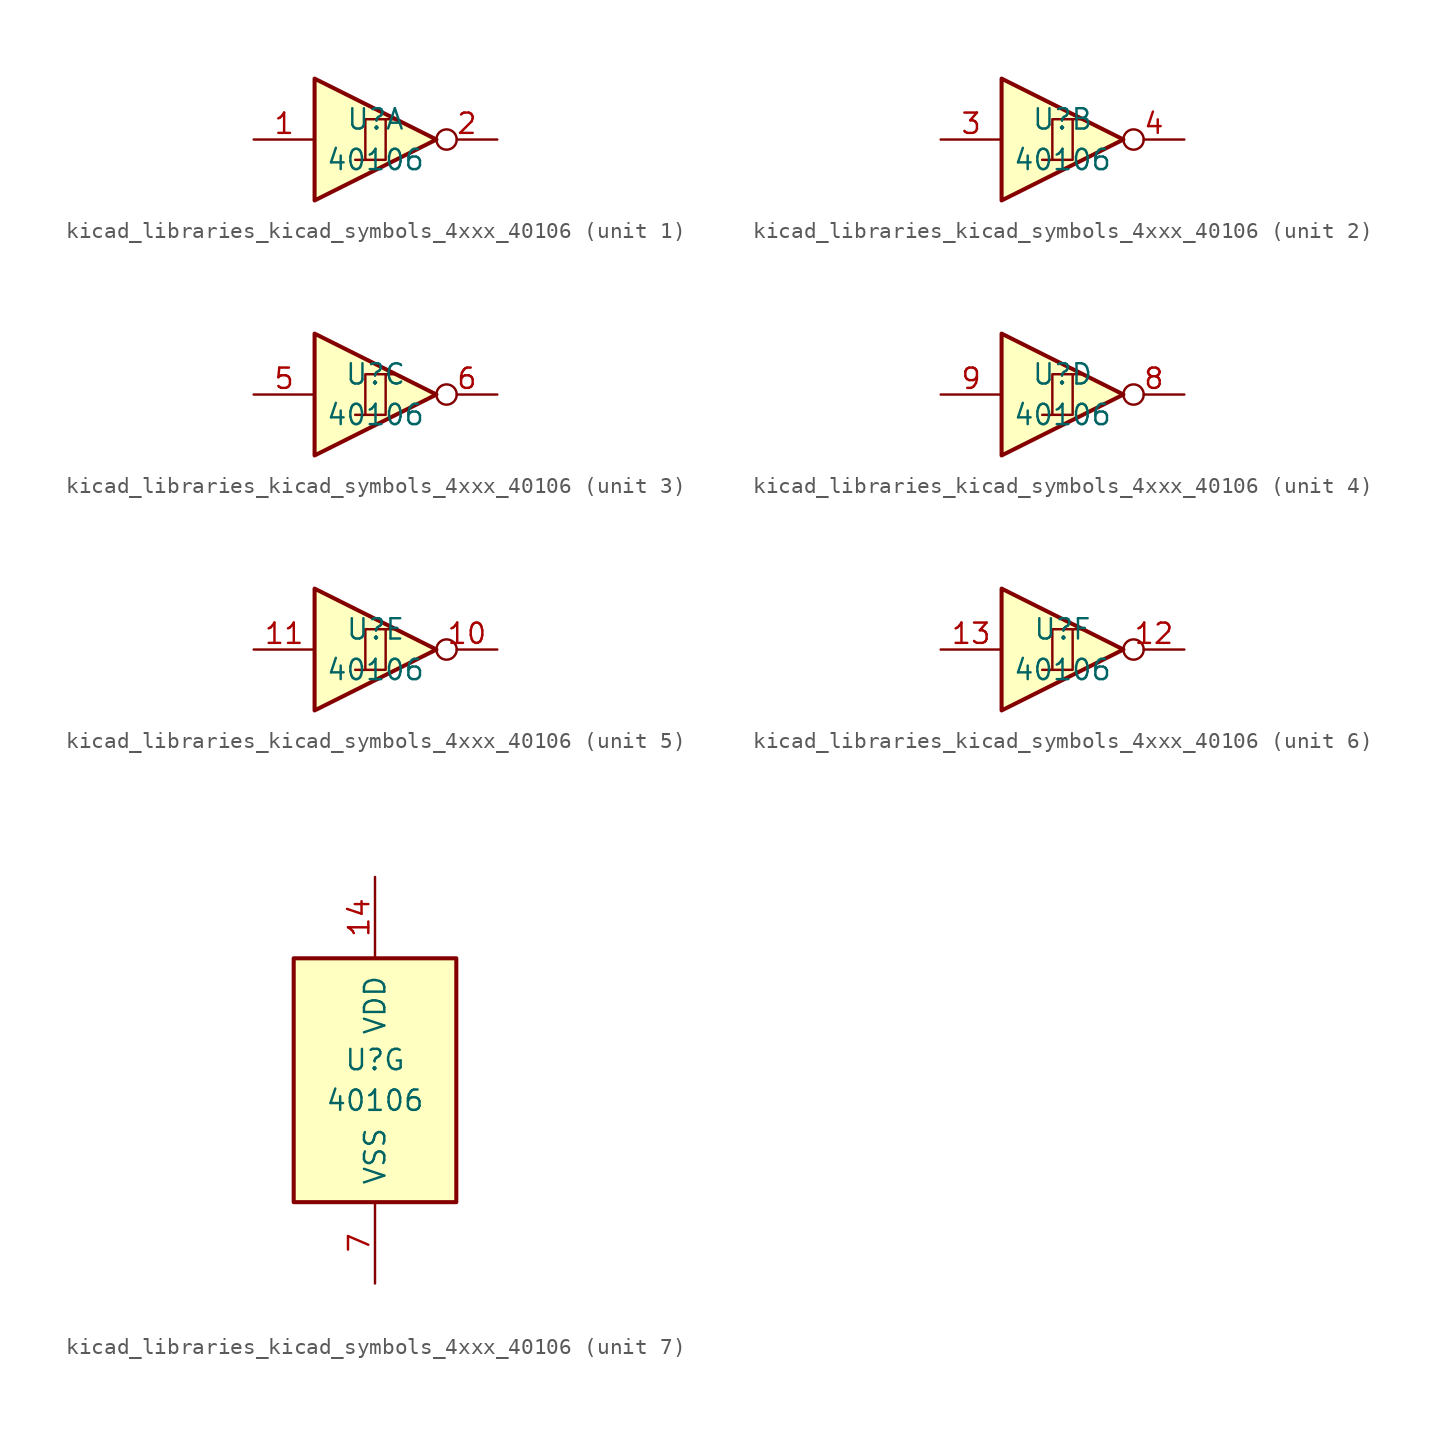
<source format=kicad_sym>
(kicad_symbol_lib
  (version 20220914)
  (generator kicad_symbol_editor)
  (symbol "kicad_libraries_kicad_symbols_4xxx_40106"
    (pin_names
      (offset 1.016))
    (property "Reference" "U"
      (at 0 1.27 0)
      (effects (font (size 1.27 1.27))))
    (property "Value" "40106"
      (at 0 -1.27 0)
      (effects (font (size 1.27 1.27))))
    (property "ki_locked" ""
      (at 0 0 0)
      (effects (font (size 1.27 1.27))))
    (symbol "kicad_libraries_kicad_symbols_4xxx_40106_1_0"
      (polyline (pts (xy -0.635 -1.27) (xy -0.635 1.27) (xy 0.635 1.27)) (stroke (width 0) (type default)) (fill (type none)))
      (polyline (pts (xy -3.81 3.81) (xy -3.81 -3.81) (xy 3.81 0) (xy -3.81 3.81)) (stroke (width 0.254) (type default)) (fill (type background)))
      (polyline (pts (xy -1.27 -1.27) (xy 0.635 -1.27) (xy 0.635 1.27) (xy 1.27 1.27)) (stroke (width 0) (type default)) (fill (type none)))
      (pin input line (at -7.62 0 0) (length 3.81) (name "~" (effects (font (size 1.27 1.27)))) (number "1" (effects (font (size 1.27 1.27)))))
      (pin output inverted (at 7.62 0 180) (length 3.81) (name "~" (effects (font (size 1.27 1.27)))) (number "2" (effects (font (size 1.27 1.27))))))
    (symbol "kicad_libraries_kicad_symbols_4xxx_40106_2_0"
      (polyline (pts (xy -0.635 -1.27) (xy -0.635 1.27) (xy 0.635 1.27)) (stroke (width 0) (type default)) (fill (type none)))
      (polyline (pts (xy -3.81 3.81) (xy -3.81 -3.81) (xy 3.81 0) (xy -3.81 3.81)) (stroke (width 0.254) (type default)) (fill (type background)))
      (polyline (pts (xy -1.27 -1.27) (xy 0.635 -1.27) (xy 0.635 1.27) (xy 1.27 1.27)) (stroke (width 0) (type default)) (fill (type none)))
      (pin input line (at -7.62 0 0) (length 3.81) (name "~" (effects (font (size 1.27 1.27)))) (number "3" (effects (font (size 1.27 1.27)))))
      (pin output inverted (at 7.62 0 180) (length 3.81) (name "~" (effects (font (size 1.27 1.27)))) (number "4" (effects (font (size 1.27 1.27))))))
    (symbol "kicad_libraries_kicad_symbols_4xxx_40106_3_0"
      (polyline (pts (xy -0.635 -1.27) (xy -0.635 1.27) (xy 0.635 1.27)) (stroke (width 0) (type default)) (fill (type none)))
      (polyline (pts (xy -3.81 3.81) (xy -3.81 -3.81) (xy 3.81 0) (xy -3.81 3.81)) (stroke (width 0.254) (type default)) (fill (type background)))
      (polyline (pts (xy -1.27 -1.27) (xy 0.635 -1.27) (xy 0.635 1.27) (xy 1.27 1.27)) (stroke (width 0) (type default)) (fill (type none)))
      (pin input line (at -7.62 0 0) (length 3.81) (name "~" (effects (font (size 1.27 1.27)))) (number "5" (effects (font (size 1.27 1.27)))))
      (pin output inverted (at 7.62 0 180) (length 3.81) (name "~" (effects (font (size 1.27 1.27)))) (number "6" (effects (font (size 1.27 1.27))))))
    (symbol "kicad_libraries_kicad_symbols_4xxx_40106_4_0"
      (polyline (pts (xy -0.635 -1.27) (xy -0.635 1.27) (xy 0.635 1.27)) (stroke (width 0) (type default)) (fill (type none)))
      (polyline (pts (xy -3.81 3.81) (xy -3.81 -3.81) (xy 3.81 0) (xy -3.81 3.81)) (stroke (width 0.254) (type default)) (fill (type background)))
      (polyline (pts (xy -1.27 -1.27) (xy 0.635 -1.27) (xy 0.635 1.27) (xy 1.27 1.27)) (stroke (width 0) (type default)) (fill (type none)))
      (pin output inverted (at 7.62 0 180) (length 3.81) (name "~" (effects (font (size 1.27 1.27)))) (number "8" (effects (font (size 1.27 1.27)))))
      (pin input line (at -7.62 0 0) (length 3.81) (name "~" (effects (font (size 1.27 1.27)))) (number "9" (effects (font (size 1.27 1.27))))))
    (symbol "kicad_libraries_kicad_symbols_4xxx_40106_5_0"
      (polyline (pts (xy -0.635 -1.27) (xy -0.635 1.27) (xy 0.635 1.27)) (stroke (width 0) (type default)) (fill (type none)))
      (polyline (pts (xy -3.81 3.81) (xy -3.81 -3.81) (xy 3.81 0) (xy -3.81 3.81)) (stroke (width 0.254) (type default)) (fill (type background)))
      (polyline (pts (xy -1.27 -1.27) (xy 0.635 -1.27) (xy 0.635 1.27) (xy 1.27 1.27)) (stroke (width 0) (type default)) (fill (type none)))
      (pin output inverted (at 7.62 0 180) (length 3.81) (name "~" (effects (font (size 1.27 1.27)))) (number "10" (effects (font (size 1.27 1.27)))))
      (pin input line (at -7.62 0 0) (length 3.81) (name "~" (effects (font (size 1.27 1.27)))) (number "11" (effects (font (size 1.27 1.27))))))
    (symbol "kicad_libraries_kicad_symbols_4xxx_40106_6_0"
      (polyline (pts (xy -0.635 -1.27) (xy -0.635 1.27) (xy 0.635 1.27)) (stroke (width 0) (type default)) (fill (type none)))
      (polyline (pts (xy -3.81 3.81) (xy -3.81 -3.81) (xy 3.81 0) (xy -3.81 3.81)) (stroke (width 0.254) (type default)) (fill (type background)))
      (polyline (pts (xy -1.27 -1.27) (xy 0.635 -1.27) (xy 0.635 1.27) (xy 1.27 1.27)) (stroke (width 0) (type default)) (fill (type none)))
      (pin output inverted (at 7.62 0 180) (length 3.81) (name "~" (effects (font (size 1.27 1.27)))) (number "12" (effects (font (size 1.27 1.27)))))
      (pin input line (at -7.62 0 0) (length 3.81) (name "~" (effects (font (size 1.27 1.27)))) (number "13" (effects (font (size 1.27 1.27))))))
    (symbol "kicad_libraries_kicad_symbols_4xxx_40106_7_0"
      (pin power_in line (at 0 12.7 270) (length 5.08) (name "VDD" (effects (font (size 1.27 1.27)))) (number "14" (effects (font (size 1.27 1.27)))))
      (pin power_in line (at 0 -12.7 90) (length 5.08) (name "VSS" (effects (font (size 1.27 1.27)))) (number "7" (effects (font (size 1.27 1.27))))))
    (symbol "kicad_libraries_kicad_symbols_4xxx_40106_7_1"
      (rectangle (start -5.08 7.62) (end 5.08 -7.62) (stroke (width 0.254) (type default)) (fill (type background))))))
</source>
